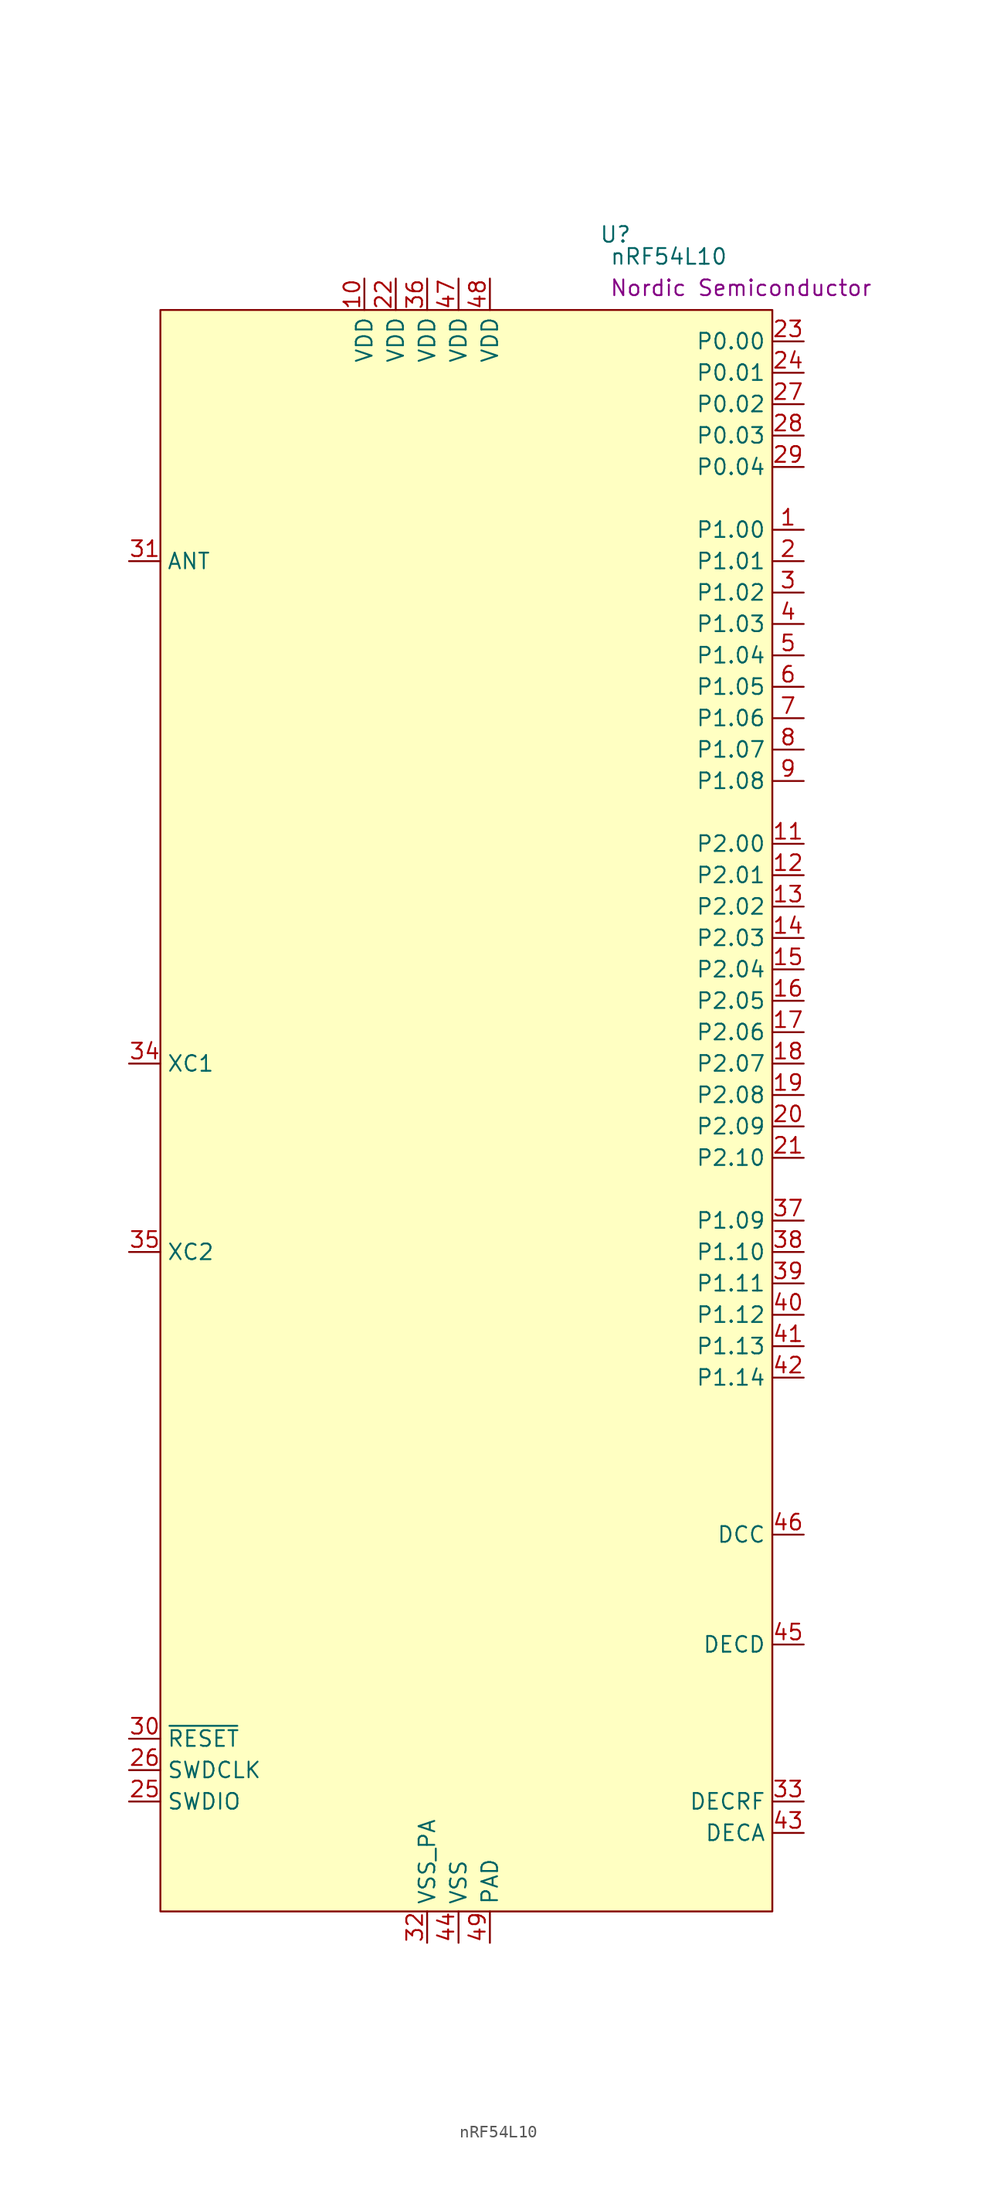
<source format=kicad_sym>
(kicad_symbol_lib
  (version 20231120)
  (generator "kicad_symbol_editor")
  (generator_version "8.0")
  (symbol "nRF54L10"
    (property "Reference" "U"
      (at 38.1 8.636 0)
      (effects (font (size 1.27 1.27))))
    (property "Value" "nRF54L10"
      (at 42.418 6.858 0)
      (effects (font (size 1.27 1.27))))
    (property "Manufacturer" "Nordic Semiconductor"
      (at 48.26 4.318 0)
      (effects (font (size 1.27 1.27))))
    (property "ki_locked" ""
      (at 0 0 0)
      (effects (font (size 1.27 1.27))))
    (symbol "nRF54L10_0_0"
      (pin unspecified line (at 53.34 -15.24 180) (length 2.54) (name "P1.00" (effects (font (size 1.27 1.27)))) (number "1" (effects (font (size 1.27 1.27)))) (alternate "XL1" unspecified line))
      (pin unspecified line (at 17.78 5.08 270) (length 2.54) (name "VDD" (effects (font (size 1.27 1.27)))) (number "10" (effects (font (size 1.27 1.27)))))
      (pin unspecified line (at 53.34 -17.78 180) (length 2.54) (name "P1.01" (effects (font (size 1.27 1.27)))) (number "2" (effects (font (size 1.27 1.27)))) (alternate "XL2" unspecified line))
      (pin unspecified line (at 20.32 5.08 270) (length 2.54) (name "VDD" (effects (font (size 1.27 1.27)))) (number "22" (effects (font (size 1.27 1.27)))))
      (pin unspecified line (at 53.34 0 180) (length 2.54) (name "P0.00" (effects (font (size 1.27 1.27)))) (number "23" (effects (font (size 1.27 1.27)))))
      (pin unspecified line (at 53.34 -2.54 180) (length 2.54) (name "P0.01" (effects (font (size 1.27 1.27)))) (number "24" (effects (font (size 1.27 1.27)))))
      (pin unspecified line (at -1.27 -118.11 0) (length 2.54) (name "SWDIO" (effects (font (size 1.27 1.27)))) (number "25" (effects (font (size 1.27 1.27)))))
      (pin unspecified line (at -1.27 -115.57 0) (length 2.54) (name "SWDCLK" (effects (font (size 1.27 1.27)))) (number "26" (effects (font (size 1.27 1.27)))))
      (pin unspecified line (at 53.34 -5.08 180) (length 2.54) (name "P0.02" (effects (font (size 1.27 1.27)))) (number "27" (effects (font (size 1.27 1.27)))))
      (pin unspecified line (at 53.34 -7.62 180) (length 2.54) (name "P0.03" (effects (font (size 1.27 1.27)))) (number "28" (effects (font (size 1.27 1.27)))) (alternate "GRTCPWM" unspecified line))
      (pin unspecified line (at 53.34 -10.16 180) (length 2.54) (name "P0.04" (effects (font (size 1.27 1.27)))) (number "29" (effects (font (size 1.27 1.27)))) (alternate "GRTCLFCLKOUT" unspecified line))
      (pin unspecified line (at 53.34 -20.32 180) (length 2.54) (name "P1.02" (effects (font (size 1.27 1.27)))) (number "3" (effects (font (size 1.27 1.27)))) (alternate "NFC1" unspecified line))
      (pin unspecified line (at -1.27 -113.03 0) (length 2.54) (name "~{RESET}" (effects (font (size 1.27 1.27)))) (number "30" (effects (font (size 1.27 1.27)))))
      (pin unspecified line (at -1.27 -17.78 0) (length 2.54) (name "ANT" (effects (font (size 1.27 1.27)))) (number "31" (effects (font (size 1.27 1.27)))))
      (pin unspecified line (at 22.86 -129.54 90) (length 2.54) (name "VSS_PA" (effects (font (size 1.27 1.27)))) (number "32" (effects (font (size 1.27 1.27)))))
      (pin unspecified line (at 53.34 -118.11 180) (length 2.54) (name "DECRF" (effects (font (size 1.27 1.27)))) (number "33" (effects (font (size 1.27 1.27)))))
      (pin unspecified line (at -1.27 -58.42 0) (length 2.54) (name "XC1" (effects (font (size 1.27 1.27)))) (number "34" (effects (font (size 1.27 1.27)))))
      (pin unspecified line (at -1.27 -73.66 0) (length 2.54) (name "XC2" (effects (font (size 1.27 1.27)))) (number "35" (effects (font (size 1.27 1.27)))))
      (pin unspecified line (at 22.86 5.08 270) (length 2.54) (name "VDD" (effects (font (size 1.27 1.27)))) (number "36" (effects (font (size 1.27 1.27)))))
      (pin unspecified line (at 53.34 -71.12 180) (length 2.54) (name "P1.09" (effects (font (size 1.27 1.27)))) (number "37" (effects (font (size 1.27 1.27)))) (alternate "ASO[2]" unspecified line) (alternate "RADIO[0]" unspecified line))
      (pin unspecified line (at 53.34 -73.66 180) (length 2.54) (name "P1.10" (effects (font (size 1.27 1.27)))) (number "38" (effects (font (size 1.27 1.27)))) (alternate "ASI[2]" unspecified line) (alternate "RADIO[1]" unspecified line))
      (pin unspecified line (at 53.34 -76.2 180) (length 2.54) (name "P1.11" (effects (font (size 1.27 1.27)))) (number "39" (effects (font (size 1.27 1.27)))) (alternate "AIN4" unspecified line) (alternate "ASO[3]" unspecified line) (alternate "RADIO[2]" unspecified line))
      (pin unspecified line (at 53.34 -22.86 180) (length 2.54) (name "P1.03" (effects (font (size 1.27 1.27)))) (number "4" (effects (font (size 1.27 1.27)))) (alternate "NFC2" unspecified line))
      (pin unspecified line (at 53.34 -78.74 180) (length 2.54) (name "P1.12" (effects (font (size 1.27 1.27)))) (number "40" (effects (font (size 1.27 1.27)))) (alternate "AIN5" unspecified line) (alternate "ASI[3]" unspecified line) (alternate "RADIO[3]" unspecified line))
      (pin unspecified line (at 53.34 -81.28 180) (length 2.54) (name "P1.13" (effects (font (size 1.27 1.27)))) (number "41" (effects (font (size 1.27 1.27)))) (alternate "AIN6" unspecified line) (alternate "RADIO[4]" unspecified line))
      (pin unspecified line (at 53.34 -83.82 180) (length 2.54) (name "P1.14" (effects (font (size 1.27 1.27)))) (number "42" (effects (font (size 1.27 1.27)))) (alternate "AIN7" unspecified line) (alternate "RADIO[5]" unspecified line))
      (pin unspecified line (at 53.34 -120.65 180) (length 2.54) (name "DECA" (effects (font (size 1.27 1.27)))) (number "43" (effects (font (size 1.27 1.27)))))
      (pin unspecified line (at 25.4 -129.54 90) (length 2.54) (name "VSS" (effects (font (size 1.27 1.27)))) (number "44" (effects (font (size 1.27 1.27)))))
      (pin unspecified line (at 53.34 -105.41 180) (length 2.54) (name "DECD" (effects (font (size 1.27 1.27)))) (number "45" (effects (font (size 1.27 1.27)))))
      (pin unspecified line (at 53.34 -96.52 180) (length 2.54) (name "DCC" (effects (font (size 1.27 1.27)))) (number "46" (effects (font (size 1.27 1.27)))))
      (pin unspecified line (at 25.4 5.08 270) (length 2.54) (name "VDD" (effects (font (size 1.27 1.27)))) (number "47" (effects (font (size 1.27 1.27)))))
      (pin unspecified line (at 27.94 5.08 270) (length 2.54) (name "VDD" (effects (font (size 1.27 1.27)))) (number "48" (effects (font (size 1.27 1.27)))))
      (pin unspecified line (at 27.94 -129.54 90) (length 2.54) (name "PAD" (effects (font (size 1.27 1.27)))) (number "49" (effects (font (size 1.27 1.27)))))
      (pin unspecified line (at 53.34 -25.4 180) (length 2.54) (name "P1.04" (effects (font (size 1.27 1.27)))) (number "5" (effects (font (size 1.27 1.27)))) (alternate "AIN0" unspecified line) (alternate "ASO[0]" unspecified line))
      (pin unspecified line (at 53.34 -27.94 180) (length 2.54) (name "P1.05" (effects (font (size 1.27 1.27)))) (number "6" (effects (font (size 1.27 1.27)))) (alternate "AIN1" unspecified line) (alternate "ASI[0]" unspecified line) (alternate "RADIO[6]" unspecified line))
      (pin unspecified line (at 53.34 -30.48 180) (length 2.54) (name "P1.06" (effects (font (size 1.27 1.27)))) (number "7" (effects (font (size 1.27 1.27)))) (alternate "AIN2" unspecified line) (alternate "ASO[1]" unspecified line))
      (pin unspecified line (at 53.34 -33.02 180) (length 2.54) (name "P1.07" (effects (font (size 1.27 1.27)))) (number "8" (effects (font (size 1.27 1.27)))) (alternate "AIN3" unspecified line) (alternate "ASI[1]" unspecified line))
      (pin unspecified line (at 53.34 -35.56 180) (length 2.54) (name "P1.08" (effects (font (size 1.27 1.27)))) (number "9" (effects (font (size 1.27 1.27)))) (alternate "CLK16M" unspecified line) (alternate "EXTREF" unspecified line)))
    (symbol "nRF54L10_1_0"
      (pin unspecified line (at 53.34 -40.64 180) (length 2.54) (name "P2.00" (effects (font (size 1.27 1.27)))) (number "11" (effects (font (size 1.27 1.27)))) (alternate "QSPI_D3" unspecified line) (alternate "SPIM_DCX" unspecified line) (alternate "UARTE_RXD" unspecified line))
      (pin unspecified line (at 53.34 -43.18 180) (length 2.54) (name "P2.01" (effects (font (size 1.27 1.27)))) (number "12" (effects (font (size 1.27 1.27)))) (alternate "QSPI_SCK" unspecified line) (alternate "SPIM_SCK" unspecified line) (alternate "SPIS_SCK" unspecified line))
      (pin unspecified line (at 53.34 -45.72 180) (length 2.54) (name "P2.02" (effects (font (size 1.27 1.27)))) (number "13" (effects (font (size 1.27 1.27)))) (alternate "QSPI_D0" unspecified line) (alternate "SPIM_SDO" unspecified line) (alternate "SPIS_SDO" unspecified line) (alternate "SWO" unspecified line) (alternate "UARTE_TXD" unspecified line))
      (pin unspecified line (at 53.34 -48.26 180) (length 2.54) (name "P2.03" (effects (font (size 1.27 1.27)))) (number "14" (effects (font (size 1.27 1.27)))) (alternate "QSPI_D2" unspecified line))
      (pin unspecified line (at 53.34 -50.8 180) (length 2.54) (name "P2.04" (effects (font (size 1.27 1.27)))) (number "15" (effects (font (size 1.27 1.27)))) (alternate "QSPI D1" unspecified line) (alternate "SPIM SDI" unspecified line) (alternate "SPIS SDI" unspecified line) (alternate "UARTE CTS" unspecified line))
      (pin unspecified line (at 53.34 -53.34 180) (length 2.54) (name "P2.05" (effects (font (size 1.27 1.27)))) (number "16" (effects (font (size 1.27 1.27)))) (alternate "QSPI CS" unspecified line) (alternate "SPIM CS" unspecified line) (alternate "UARTE RTS" unspecified line))
      (pin unspecified line (at 53.34 -55.88 180) (length 2.54) (name "P2.06" (effects (font (size 1.27 1.27)))) (number "17" (effects (font (size 1.27 1.27)))) (alternate "SPIM SCK" unspecified line) (alternate "SPIS SCK" unspecified line) (alternate "TRACECLK" unspecified line))
      (pin unspecified line (at 53.34 -58.42 180) (length 2.54) (name "P2.07" (effects (font (size 1.27 1.27)))) (number "18" (effects (font (size 1.27 1.27)))) (alternate "SPIM DCX" unspecified line) (alternate "SWO" unspecified line) (alternate "TRACEDATA[0]" unspecified line) (alternate "UARTE RXD" unspecified line))
      (pin unspecified line (at 53.34 -60.96 180) (length 2.54) (name "P2.08" (effects (font (size 1.27 1.27)))) (number "19" (effects (font (size 1.27 1.27)))) (alternate "SPIM SDO" unspecified line) (alternate "SPIS SDO" unspecified line) (alternate "TRACEDATA[1]" unspecified line) (alternate "UARTE TXD" unspecified line))
      (pin unspecified line (at 53.34 -63.5 180) (length 2.54) (name "P2.09" (effects (font (size 1.27 1.27)))) (number "20" (effects (font (size 1.27 1.27)))) (alternate "SPIM SDI" unspecified line) (alternate "SPIS SDI" unspecified line) (alternate "TRACEDATA[2]" unspecified line) (alternate "UARTE CTS" unspecified line))
      (pin unspecified line (at 53.34 -66.04 180) (length 2.54) (name "P2.10" (effects (font (size 1.27 1.27)))) (number "21" (effects (font (size 1.27 1.27)))) (alternate "SPIM CS" unspecified line) (alternate "TRACEDATA[3]" unspecified line) (alternate "UARTE RTS" unspecified line)))
    (symbol "nRF54L10_1_1"
      (rectangle (start 1.27 2.54) (end 50.8 -127) (stroke (width 0) (type default)) (fill (type background))))))
</source>
